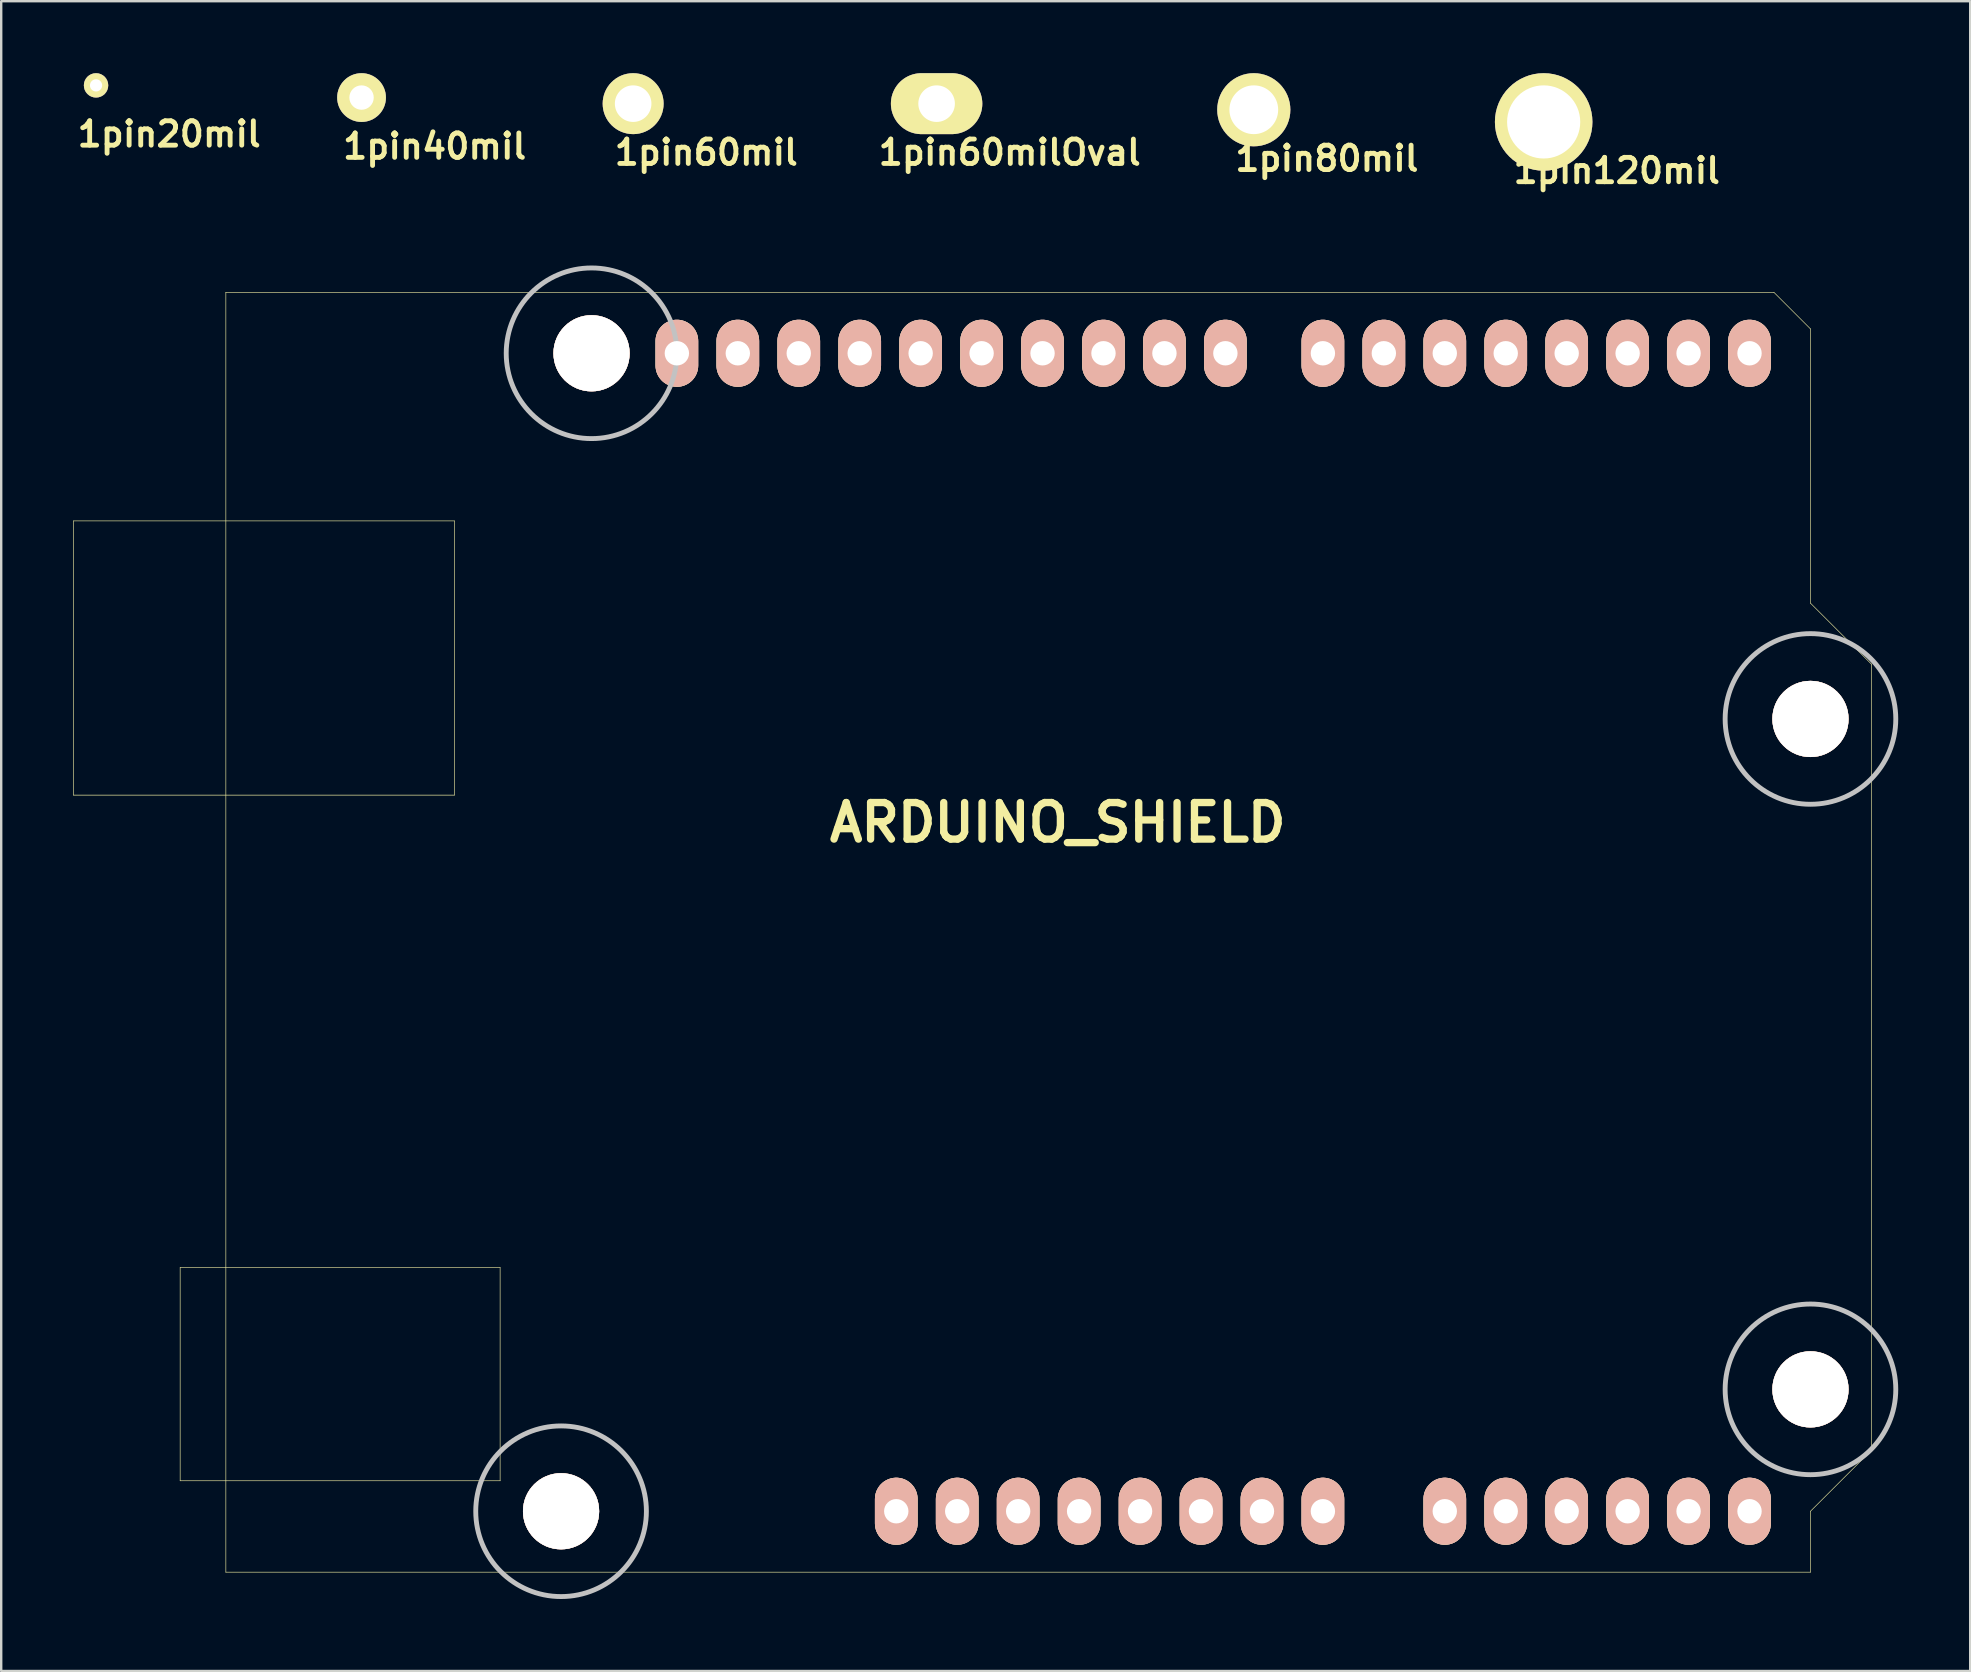
<source format=kicad_pcb>
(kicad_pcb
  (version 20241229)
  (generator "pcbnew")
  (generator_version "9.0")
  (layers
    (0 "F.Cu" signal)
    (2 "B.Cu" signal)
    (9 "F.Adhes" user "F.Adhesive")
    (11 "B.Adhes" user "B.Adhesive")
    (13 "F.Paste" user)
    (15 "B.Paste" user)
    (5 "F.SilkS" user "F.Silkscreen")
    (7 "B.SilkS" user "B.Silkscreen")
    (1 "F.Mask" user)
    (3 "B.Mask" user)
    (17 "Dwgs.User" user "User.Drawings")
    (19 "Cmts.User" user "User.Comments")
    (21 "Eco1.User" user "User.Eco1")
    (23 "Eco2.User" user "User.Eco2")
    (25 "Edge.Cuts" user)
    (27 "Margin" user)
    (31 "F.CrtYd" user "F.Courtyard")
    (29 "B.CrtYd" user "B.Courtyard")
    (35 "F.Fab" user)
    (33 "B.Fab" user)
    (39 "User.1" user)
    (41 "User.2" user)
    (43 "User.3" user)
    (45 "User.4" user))
  (footprint "1pin20mil"
    (layer "F.Cu")
    (at 0.953 0.508)
    (property "Reference" "1pin20mil" (at 3.048 2.032 0) (layer "F.SilkS") (effects (font (size 1.016 1.016) (thickness 0.203))))
    (attr through_hole)
    (pad "1" thru_hole circle (at 0 0) (size 1.016 1.016) (drill 0.508) (layers "*.Cu" "*.Mask" "F.SilkS")))
  (footprint "1pin60mil"
    (layer "F.Cu")
    (at 23.337 1.27)
    (property "Reference" "1pin60mil" (at 3.048 2.032 0) (layer "F.SilkS") (effects (font (size 1.016 1.016) (thickness 0.203))))
    (attr through_hole)
    (pad "1" thru_hole circle (at 0 0) (size 2.54 2.54) (drill 1.524) (layers "*.Cu" "*.Mask" "F.SilkS")))
  (footprint "ARDUINO_SHIELD"
    (layer "F.Cu")
    (at 6.363 62.473)
    (property "Reference" "ARDUINO_SHIELD" (at 34.671 -31.242 0) (layer "F.SilkS") (effects (font (size 1.524 1.524) (thickness 0.305))))
    (attr through_hole)
    (fp_line (start -6.35 -43.815) (end 9.525 -43.815) (stroke (width 0.025) (type solid)) (layer "F.SilkS"))
    (fp_line (start -6.35 -32.385) (end -6.35 -43.815) (stroke (width 0.025) (type solid)) (layer "F.SilkS"))
    (fp_line (start -1.905 -12.7) (end -1.905 -3.81) (stroke (width 0.025) (type solid)) (layer "F.SilkS"))
    (fp_line (start -1.905 -3.81) (end 11.43 -3.81) (stroke (width 0.025) (type solid)) (layer "F.SilkS"))
    (fp_line (start 0 0) (end 0 -53.34) (stroke (width 0.025) (type solid)) (layer "F.SilkS"))
    (fp_line (start 0 0) (end 66.04 0) (stroke (width 0.025) (type solid)) (layer "F.SilkS"))
    (fp_line (start 9.525 -43.815) (end 9.525 -32.385) (stroke (width 0.025) (type solid)) (layer "F.SilkS"))
    (fp_line (start 9.525 -32.385) (end -6.35 -32.385) (stroke (width 0.025) (type solid)) (layer "F.SilkS"))
    (fp_line (start 11.43 -12.7) (end -1.905 -12.7) (stroke (width 0.025) (type solid)) (layer "F.SilkS"))
    (fp_line (start 11.43 -3.81) (end 11.43 -12.7) (stroke (width 0.025) (type solid)) (layer "F.SilkS"))
    (fp_line (start 64.516 -53.34) (end 0 -53.34) (stroke (width 0.025) (type solid)) (layer "F.SilkS"))
    (fp_line (start 66.04 -51.816) (end 64.516 -53.34) (stroke (width 0.025) (type solid)) (layer "F.SilkS"))
    (fp_line (start 66.04 -40.386) (end 66.04 -51.816) (stroke (width 0.025) (type solid)) (layer "F.SilkS"))
    (fp_line (start 66.04 -2.54) (end 68.58 -5.08) (stroke (width 0.025) (type solid)) (layer "F.SilkS"))
    (fp_line (start 66.04 0) (end 66.04 -2.54) (stroke (width 0.025) (type solid)) (layer "F.SilkS"))
    (fp_line (start 68.58 -37.846) (end 66.04 -40.386) (stroke (width 0.025) (type solid)) (layer "F.SilkS"))
    (fp_line (start 68.58 -5.08) (end 68.58 -37.846) (stroke (width 0.025) (type solid)) (layer "F.SilkS"))
    (fp_circle (center 13.97 -2.54) (end 17.526 -2.54) (stroke (width 0.203) (type solid)) (fill no) (layer "Dwgs.User"))
    (fp_circle (center 15.24 -50.8) (end 18.796 -50.8) (stroke (width 0.203) (type solid)) (fill no) (layer "Dwgs.User"))
    (fp_circle (center 66.04 -35.56) (end 69.596 -35.56) (stroke (width 0.203) (type solid)) (fill no) (layer "Dwgs.User"))
    (fp_circle (center 66.04 -7.62) (end 69.596 -7.62) (stroke (width 0.203) (type solid)) (fill no) (layer "Dwgs.User"))
    (pad "" thru_hole circle (at 13.97 -2.54 90) (size 3.175 3.175) (drill 3.175) (layers "*.Cu" "*.SilkS"))
    (pad "" thru_hole circle (at 15.24 -50.8 90) (size 3.175 3.175) (drill 3.175) (layers "*.Cu" "*.SilkS"))
    (pad "" thru_hole circle (at 66.04 -35.56 90) (size 3.175 3.175) (drill 3.175) (layers "*.Cu" "*.SilkS"))
    (pad "" thru_hole circle (at 66.04 -7.62 90) (size 3.175 3.175) (drill 3.175) (layers "*.Cu" "*.SilkS"))
    (pad "0" thru_hole oval (at 63.5 -50.8) (size 1.778 2.794) (drill 1.016) (layers "*.Cu" "*.SilkS" "*.Mask"))
    (pad "1" thru_hole oval (at 60.96 -50.8) (size 1.778 2.794) (drill 1.016) (layers "*.Cu" "*.SilkS" "*.Mask"))
    (pad "2" thru_hole oval (at 58.42 -50.8) (size 1.778 2.794) (drill 1.016) (layers "*.Cu" "*.SilkS" "*.Mask"))
    (pad "3" thru_hole oval (at 55.88 -50.8) (size 1.778 2.794) (drill 1.016) (layers "*.Cu" "*.SilkS" "*.Mask"))
    (pad "3V3" thru_hole oval (at 35.56 -2.54) (size 1.778 2.794) (drill 1.016) (layers "*.Cu" "*.SilkS" "*.Mask"))
    (pad "4" thru_hole oval (at 53.34 -50.8) (size 1.778 2.794) (drill 1.016) (layers "*.Cu" "*.SilkS" "*.Mask"))
    (pad "5" thru_hole oval (at 50.8 -50.8) (size 1.778 2.794) (drill 1.016) (layers "*.Cu" "*.SilkS" "*.Mask"))
    (pad "5V" thru_hole oval (at 38.1 -2.54) (size 1.778 2.794) (drill 1.016) (layers "*.Cu" "*.SilkS" "*.Mask"))
    (pad "6" thru_hole oval (at 48.26 -50.8) (size 1.778 2.794) (drill 1.016) (layers "*.Cu" "*.SilkS" "*.Mask"))
    (pad "7" thru_hole oval (at 45.72 -50.8) (size 1.778 2.794) (drill 1.016) (layers "*.Cu" "*.SilkS" "*.Mask"))
    (pad "8" thru_hole oval (at 41.656 -50.8) (size 1.778 2.794) (drill 1.016) (layers "*.Cu" "*.SilkS" "*.Mask"))
    (pad "9" thru_hole oval (at 39.116 -50.8) (size 1.778 2.794) (drill 1.016) (layers "*.Cu" "*.SilkS" "*.Mask"))
    (pad "10" thru_hole oval (at 36.576 -50.8) (size 1.778 2.794) (drill 1.016) (layers "*.Cu" "*.SilkS" "*.Mask"))
    (pad "11" thru_hole oval (at 34.036 -50.8) (size 1.778 2.794) (drill 1.016) (layers "*.Cu" "*.SilkS" "*.Mask"))
    (pad "12" thru_hole oval (at 31.496 -50.8) (size 1.778 2.794) (drill 1.016) (layers "*.Cu" "*.SilkS" "*.Mask"))
    (pad "13" thru_hole oval (at 28.956 -50.8) (size 1.778 2.794) (drill 1.016) (layers "*.Cu" "*.SilkS" "*.Mask"))
    (pad "AD0" thru_hole oval (at 50.8 -2.54) (size 1.778 2.794) (drill 1.016) (layers "*.Cu" "*.SilkS" "*.Mask"))
    (pad "AD1" thru_hole oval (at 53.34 -2.54) (size 1.778 2.794) (drill 1.016) (layers "*.Cu" "*.SilkS" "*.Mask"))
    (pad "AD2" thru_hole oval (at 55.88 -2.54) (size 1.778 2.794) (drill 1.016) (layers "*.Cu" "*.SilkS" "*.Mask"))
    (pad "AD3" thru_hole oval (at 58.42 -2.54) (size 1.778 2.794) (drill 1.016) (layers "*.Cu" "*.SilkS" "*.Mask"))
    (pad "AD4" thru_hole oval (at 60.96 -2.54) (size 1.778 2.794) (drill 1.016) (layers "*.Cu" "*.SilkS" "*.Mask"))
    (pad "AD5" thru_hole oval (at 63.5 -2.54) (size 1.778 2.794) (drill 1.016) (layers "*.Cu" "*.SilkS" "*.Mask"))
    (pad "AREF" thru_hole oval (at 23.876 -50.8) (size 1.778 2.794) (drill 1.016) (layers "*.Cu" "*.SilkS" "*.Mask"))
    (pad "GND1" thru_hole oval (at 40.64 -2.54) (size 1.778 2.794) (drill 1.016) (layers "*.Cu" "*.SilkS" "*.Mask"))
    (pad "GND2" thru_hole oval (at 43.18 -2.54) (size 1.778 2.794) (drill 1.016) (layers "*.Cu" "*.SilkS" "*.Mask"))
    (pad "GND3" thru_hole oval (at 26.416 -50.8) (size 1.778 2.794) (drill 1.016) (layers "*.Cu" "*.SilkS" "*.Mask"))
    (pad "IORE" thru_hole oval (at 30.48 -2.54) (size 1.778 2.794) (drill 1.016) (layers "*.Cu" "*.SilkS" "*.Mask"))
    (pad "NC" thru_hole oval (at 27.94 -2.54) (size 1.778 2.794) (drill 1.016) (layers "*.Cu" "*.SilkS" "*.Mask"))
    (pad "RST" thru_hole oval (at 33.02 -2.54) (size 1.778 2.794) (drill 1.016) (layers "*.Cu" "*.SilkS" "*.Mask"))
    (pad "SCL" thru_hole oval (at 18.796 -50.8) (size 1.778 2.794) (drill 1.016) (layers "*.Cu" "*.SilkS" "*.Mask"))
    (pad "SDA" thru_hole oval (at 21.336 -50.8) (size 1.778 2.794) (drill 1.016) (layers "*.Cu" "*.SilkS" "*.Mask"))
    (pad "V_IN" thru_hole oval (at 45.72 -2.54) (size 1.778 2.794) (drill 1.016) (layers "*.Cu" "*.SilkS" "*.Mask")))
  (footprint "1pin40mil"
    (layer "F.Cu")
    (at 12.018 1.016)
    (property "Reference" "1pin40mil" (at 3.048 2.032 0) (layer "F.SilkS") (effects (font (size 1.016 1.016) (thickness 0.203))))
    (attr through_hole)
    (pad "1" thru_hole circle (at 0 0) (size 2.032 2.032) (drill 1.016) (layers "*.Cu" "*.Mask" "F.SilkS")))
  (footprint "1pin80mil"
    (layer "F.Cu")
    (at 49.203 1.524)
    (property "Reference" "1pin80mil" (at 3.048 2.032 0) (layer "F.SilkS") (effects (font (size 1.016 1.016) (thickness 0.203))))
    (attr through_hole)
    (pad "1" thru_hole circle (at 0 0) (size 3.048 3.048) (drill 2.032) (layers "*.Cu" "*.Mask" "F.SilkS")))
  (footprint "1pin60milOval"
    (layer "F.Cu")
    (at 35.984 1.27)
    (property "Reference" "1pin60milOval" (at 3.048 2.032 0) (layer "F.SilkS") (effects (font (size 1.016 1.016) (thickness 0.203))))
    (attr through_hole)
    (pad "1" thru_hole oval (at 0 0) (size 3.81 2.54) (drill 1.524) (layers "*.Cu" "*.Mask" "F.SilkS")))
  (footprint "1pin120mil"
    (layer "F.Cu")
    (at 61.284 2.032)
    (property "Reference" "1pin120mil" (at 3.048 2.032 0) (layer "F.SilkS") (effects (font (size 1.016 1.016) (thickness 0.203))))
    (attr through_hole)
    (pad "1" thru_hole circle (at 0 0) (size 4.064 4.064) (drill 3.048) (layers "*.Cu" "*.Mask" "F.SilkS")))
  (gr_rect
    (start -3 -3)
    (end 79.06 66.59)
    (stroke (width 0.1) (type default))
    (fill no)
    (layer "Edge.Cuts")))
</source>
